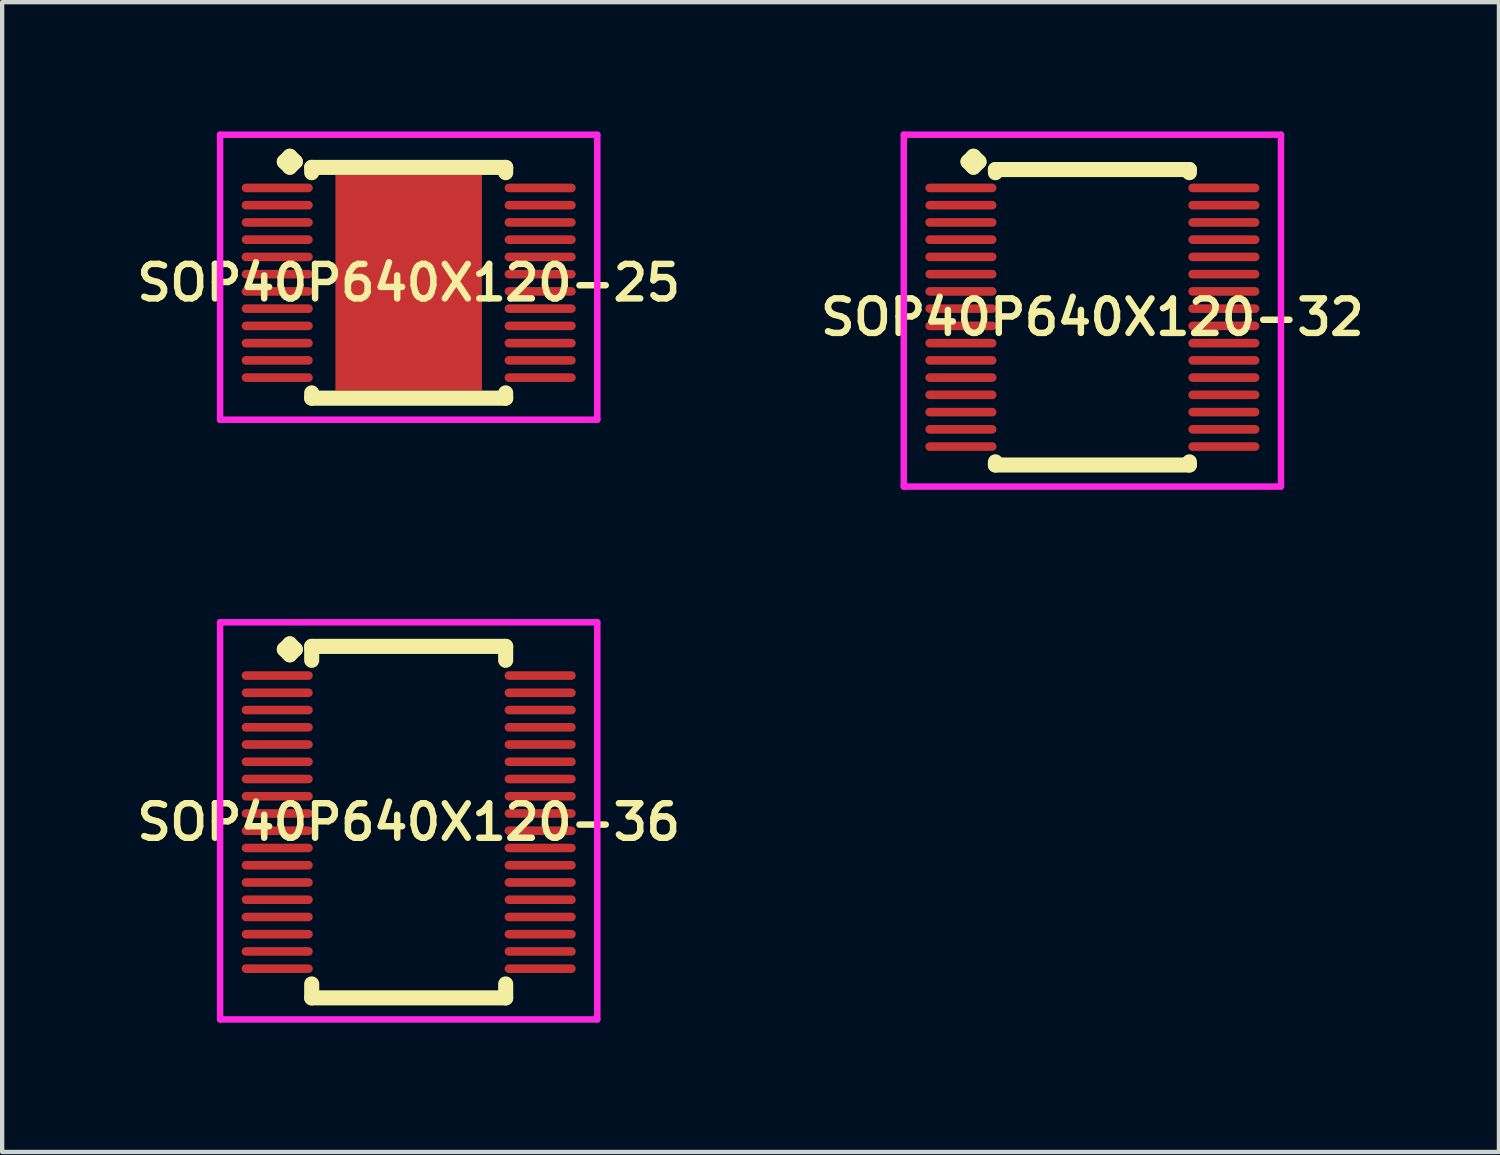
<source format=kicad_pcb>
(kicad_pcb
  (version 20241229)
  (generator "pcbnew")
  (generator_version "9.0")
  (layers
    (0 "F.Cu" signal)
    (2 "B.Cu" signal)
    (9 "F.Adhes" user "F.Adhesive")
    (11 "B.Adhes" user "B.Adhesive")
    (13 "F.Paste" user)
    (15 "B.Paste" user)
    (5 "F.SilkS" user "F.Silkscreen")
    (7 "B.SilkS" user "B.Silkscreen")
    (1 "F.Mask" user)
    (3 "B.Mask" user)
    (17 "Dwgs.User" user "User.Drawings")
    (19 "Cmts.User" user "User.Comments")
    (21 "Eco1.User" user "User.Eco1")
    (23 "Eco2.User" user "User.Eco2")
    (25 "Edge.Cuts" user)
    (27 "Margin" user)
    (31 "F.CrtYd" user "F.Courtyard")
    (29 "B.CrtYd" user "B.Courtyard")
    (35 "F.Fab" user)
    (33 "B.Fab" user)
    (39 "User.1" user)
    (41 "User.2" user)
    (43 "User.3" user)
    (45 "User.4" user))
  (footprint "SOP40P640X120-25"
    (layer "F.Cu")
    (at 6.431 3.51)
    (property "Reference" "SOP40P640X120-25" (at 0 0 0) (layer "F.SilkS") (effects (font (size 0.8 0.8) (thickness 0.15))))
    (attr smd)
    (fp_line (start -2.885 -2.808) (end -2.758 -2.935) (stroke (width 0.35) (type solid)) (layer "F.SilkS"))
    (fp_line (start -2.758 -2.935) (end -2.631 -2.808) (stroke (width 0.35) (type solid)) (layer "F.SilkS"))
    (fp_line (start -2.758 -2.681) (end -2.885 -2.808) (stroke (width 0.35) (type solid)) (layer "F.SilkS"))
    (fp_line (start -2.631 -2.808) (end -2.758 -2.681) (stroke (width 0.35) (type solid)) (layer "F.SilkS"))
    (fp_line (start -2.25 -2.677) (end 2.25 -2.677) (stroke (width 0.35) (type solid)) (layer "F.SilkS"))
    (fp_line (start -2.25 -2.554) (end -2.25 -2.677) (stroke (width 0.35) (type solid)) (layer "F.SilkS"))
    (fp_line (start -2.25 2.554) (end -2.25 2.677) (stroke (width 0.35) (type solid)) (layer "F.SilkS"))
    (fp_line (start -2.25 2.677) (end 2.25 2.677) (stroke (width 0.35) (type solid)) (layer "F.SilkS"))
    (fp_line (start 2.25 -2.677) (end 2.25 -2.554) (stroke (width 0.35) (type solid)) (layer "F.SilkS"))
    (fp_line (start 2.25 2.677) (end 2.25 2.554) (stroke (width 0.35) (type solid)) (layer "F.SilkS"))
    (fp_line (start -4.375 -3.435) (end 4.375 -3.435) (stroke (width 0.15) (type solid)) (layer "F.CrtYd"))
    (fp_line (start -4.375 3.177) (end -4.375 -3.435) (stroke (width 0.15) (type solid)) (layer "F.CrtYd"))
    (fp_line (start 4.375 -3.435) (end 4.375 3.177) (stroke (width 0.15) (type solid)) (layer "F.CrtYd"))
    (fp_line (start 4.375 3.177) (end -4.375 3.177) (stroke (width 0.15) (type solid)) (layer "F.CrtYd"))
    (pad "1" smd oval (at -3.05 -2.2) (size 1.65 0.2) (layers "F.Cu" "F.Mask" "F.Paste"))
    (pad "2" smd oval (at -3.05 -1.8) (size 1.65 0.2) (layers "F.Cu" "F.Mask" "F.Paste"))
    (pad "3" smd oval (at -3.05 -1.4) (size 1.65 0.2) (layers "F.Cu" "F.Mask" "F.Paste"))
    (pad "4" smd oval (at -3.05 -1) (size 1.65 0.2) (layers "F.Cu" "F.Mask" "F.Paste"))
    (pad "5" smd oval (at -3.05 -0.6) (size 1.65 0.2) (layers "F.Cu" "F.Mask" "F.Paste"))
    (pad "6" smd oval (at -3.05 -0.2) (size 1.65 0.2) (layers "F.Cu" "F.Mask" "F.Paste"))
    (pad "7" smd oval (at -3.05 0.2) (size 1.65 0.2) (layers "F.Cu" "F.Mask" "F.Paste"))
    (pad "8" smd oval (at -3.05 0.6) (size 1.65 0.2) (layers "F.Cu" "F.Mask" "F.Paste"))
    (pad "9" smd oval (at -3.05 1) (size 1.65 0.2) (layers "F.Cu" "F.Mask" "F.Paste"))
    (pad "10" smd oval (at -3.05 1.4) (size 1.65 0.2) (layers "F.Cu" "F.Mask" "F.Paste"))
    (pad "11" smd oval (at -3.05 1.8) (size 1.65 0.2) (layers "F.Cu" "F.Mask" "F.Paste"))
    (pad "12" smd oval (at -3.05 2.2) (size 1.65 0.2) (layers "F.Cu" "F.Mask" "F.Paste"))
    (pad "13" smd oval (at 3.05 2.2) (size 1.65 0.2) (layers "F.Cu" "F.Mask" "F.Paste"))
    (pad "14" smd oval (at 3.05 1.8) (size 1.65 0.2) (layers "F.Cu" "F.Mask" "F.Paste"))
    (pad "15" smd oval (at 3.05 1.4) (size 1.65 0.2) (layers "F.Cu" "F.Mask" "F.Paste"))
    (pad "16" smd oval (at 3.05 1) (size 1.65 0.2) (layers "F.Cu" "F.Mask" "F.Paste"))
    (pad "17" smd oval (at 3.05 0.6) (size 1.65 0.2) (layers "F.Cu" "F.Mask" "F.Paste"))
    (pad "18" smd oval (at 3.05 0.2) (size 1.65 0.2) (layers "F.Cu" "F.Mask" "F.Paste"))
    (pad "19" smd oval (at 3.05 -0.2) (size 1.65 0.2) (layers "F.Cu" "F.Mask" "F.Paste"))
    (pad "20" smd oval (at 3.05 -0.6) (size 1.65 0.2) (layers "F.Cu" "F.Mask" "F.Paste"))
    (pad "21" smd oval (at 3.05 -1) (size 1.65 0.2) (layers "F.Cu" "F.Mask" "F.Paste"))
    (pad "22" smd oval (at 3.05 -1.4) (size 1.65 0.2) (layers "F.Cu" "F.Mask" "F.Paste"))
    (pad "23" smd oval (at 3.05 -1.8) (size 1.65 0.2) (layers "F.Cu" "F.Mask" "F.Paste"))
    (pad "24" smd oval (at 3.05 -2.2) (size 1.65 0.2) (layers "F.Cu" "F.Mask" "F.Paste"))
    (pad "25" smd rect (at 0 0) (size 3.4 5) (layers "F.Cu" "F.Mask" "F.Paste")))
  (footprint "SOP40P640X120-36"
    (layer "F.Cu")
    (at 6.431 16.022)
    (property "Reference" "SOP40P640X120-36" (at 0 0 0) (layer "F.SilkS") (effects (font (size 0.8 0.8) (thickness 0.15))))
    (attr smd)
    (fp_line (start -2.885 -4.008) (end -2.758 -4.135) (stroke (width 0.35) (type solid)) (layer "F.SilkS"))
    (fp_line (start -2.758 -4.135) (end -2.631 -4.008) (stroke (width 0.35) (type solid)) (layer "F.SilkS"))
    (fp_line (start -2.758 -3.881) (end -2.885 -4.008) (stroke (width 0.35) (type solid)) (layer "F.SilkS"))
    (fp_line (start -2.631 -4.008) (end -2.758 -3.881) (stroke (width 0.35) (type solid)) (layer "F.SilkS"))
    (fp_line (start -2.25 -4.077) (end 2.25 -4.077) (stroke (width 0.35) (type solid)) (layer "F.SilkS"))
    (fp_line (start -2.25 -3.754) (end -2.25 -4.077) (stroke (width 0.35) (type solid)) (layer "F.SilkS"))
    (fp_line (start -2.25 3.754) (end -2.25 4.077) (stroke (width 0.35) (type solid)) (layer "F.SilkS"))
    (fp_line (start -2.25 4.077) (end 2.25 4.077) (stroke (width 0.35) (type solid)) (layer "F.SilkS"))
    (fp_line (start 2.25 -4.077) (end 2.25 -3.754) (stroke (width 0.35) (type solid)) (layer "F.SilkS"))
    (fp_line (start 2.25 4.077) (end 2.25 3.754) (stroke (width 0.35) (type solid)) (layer "F.SilkS"))
    (fp_line (start -4.375 -4.635) (end 4.375 -4.635) (stroke (width 0.15) (type solid)) (layer "F.CrtYd"))
    (fp_line (start -4.375 4.577) (end -4.375 -4.635) (stroke (width 0.15) (type solid)) (layer "F.CrtYd"))
    (fp_line (start 4.375 -4.635) (end 4.375 4.577) (stroke (width 0.15) (type solid)) (layer "F.CrtYd"))
    (fp_line (start 4.375 4.577) (end -4.375 4.577) (stroke (width 0.15) (type solid)) (layer "F.CrtYd"))
    (pad "1" smd oval (at -3.05 -3.4) (size 1.65 0.2) (layers "F.Cu" "F.Mask" "F.Paste"))
    (pad "2" smd oval (at -3.05 -3) (size 1.65 0.2) (layers "F.Cu" "F.Mask" "F.Paste"))
    (pad "3" smd oval (at -3.05 -2.6) (size 1.65 0.2) (layers "F.Cu" "F.Mask" "F.Paste"))
    (pad "4" smd oval (at -3.05 -2.2) (size 1.65 0.2) (layers "F.Cu" "F.Mask" "F.Paste"))
    (pad "5" smd oval (at -3.05 -1.8) (size 1.65 0.2) (layers "F.Cu" "F.Mask" "F.Paste"))
    (pad "6" smd oval (at -3.05 -1.4) (size 1.65 0.2) (layers "F.Cu" "F.Mask" "F.Paste"))
    (pad "7" smd oval (at -3.05 -1) (size 1.65 0.2) (layers "F.Cu" "F.Mask" "F.Paste"))
    (pad "8" smd oval (at -3.05 -0.6) (size 1.65 0.2) (layers "F.Cu" "F.Mask" "F.Paste"))
    (pad "9" smd oval (at -3.05 -0.2) (size 1.65 0.2) (layers "F.Cu" "F.Mask" "F.Paste"))
    (pad "10" smd oval (at -3.05 0.2) (size 1.65 0.2) (layers "F.Cu" "F.Mask" "F.Paste"))
    (pad "11" smd oval (at -3.05 0.6) (size 1.65 0.2) (layers "F.Cu" "F.Mask" "F.Paste"))
    (pad "12" smd oval (at -3.05 1) (size 1.65 0.2) (layers "F.Cu" "F.Mask" "F.Paste"))
    (pad "13" smd oval (at -3.05 1.4) (size 1.65 0.2) (layers "F.Cu" "F.Mask" "F.Paste"))
    (pad "14" smd oval (at -3.05 1.8) (size 1.65 0.2) (layers "F.Cu" "F.Mask" "F.Paste"))
    (pad "15" smd oval (at -3.05 2.2) (size 1.65 0.2) (layers "F.Cu" "F.Mask" "F.Paste"))
    (pad "16" smd oval (at -3.05 2.6) (size 1.65 0.2) (layers "F.Cu" "F.Mask" "F.Paste"))
    (pad "17" smd oval (at -3.05 3) (size 1.65 0.2) (layers "F.Cu" "F.Mask" "F.Paste"))
    (pad "18" smd oval (at -3.05 3.4) (size 1.65 0.2) (layers "F.Cu" "F.Mask" "F.Paste"))
    (pad "19" smd oval (at 3.05 3.4) (size 1.65 0.2) (layers "F.Cu" "F.Mask" "F.Paste"))
    (pad "20" smd oval (at 3.05 3) (size 1.65 0.2) (layers "F.Cu" "F.Mask" "F.Paste"))
    (pad "21" smd oval (at 3.05 2.6) (size 1.65 0.2) (layers "F.Cu" "F.Mask" "F.Paste"))
    (pad "22" smd oval (at 3.05 2.2) (size 1.65 0.2) (layers "F.Cu" "F.Mask" "F.Paste"))
    (pad "23" smd oval (at 3.05 1.8) (size 1.65 0.2) (layers "F.Cu" "F.Mask" "F.Paste"))
    (pad "24" smd oval (at 3.05 1.4) (size 1.65 0.2) (layers "F.Cu" "F.Mask" "F.Paste"))
    (pad "25" smd oval (at 3.05 1) (size 1.65 0.2) (layers "F.Cu" "F.Mask" "F.Paste"))
    (pad "26" smd oval (at 3.05 0.6) (size 1.65 0.2) (layers "F.Cu" "F.Mask" "F.Paste"))
    (pad "27" smd oval (at 3.05 0.2) (size 1.65 0.2) (layers "F.Cu" "F.Mask" "F.Paste"))
    (pad "28" smd oval (at 3.05 -0.2) (size 1.65 0.2) (layers "F.Cu" "F.Mask" "F.Paste"))
    (pad "29" smd oval (at 3.05 -0.6) (size 1.65 0.2) (layers "F.Cu" "F.Mask" "F.Paste"))
    (pad "30" smd oval (at 3.05 -1) (size 1.65 0.2) (layers "F.Cu" "F.Mask" "F.Paste"))
    (pad "31" smd oval (at 3.05 -1.4) (size 1.65 0.2) (layers "F.Cu" "F.Mask" "F.Paste"))
    (pad "32" smd oval (at 3.05 -1.8) (size 1.65 0.2) (layers "F.Cu" "F.Mask" "F.Paste"))
    (pad "33" smd oval (at 3.05 -2.2) (size 1.65 0.2) (layers "F.Cu" "F.Mask" "F.Paste"))
    (pad "34" smd oval (at 3.05 -2.6) (size 1.65 0.2) (layers "F.Cu" "F.Mask" "F.Paste"))
    (pad "35" smd oval (at 3.05 -3) (size 1.65 0.2) (layers "F.Cu" "F.Mask" "F.Paste"))
    (pad "36" smd oval (at 3.05 -3.4) (size 1.65 0.2) (layers "F.Cu" "F.Mask" "F.Paste")))
  (footprint "SOP40P640X120-32"
    (layer "F.Cu")
    (at 22.292 4.31)
    (property "Reference" "SOP40P640X120-32" (at 0 0 0) (layer "F.SilkS") (effects (font (size 0.8 0.8) (thickness 0.15))))
    (attr smd)
    (fp_line (start -2.885 -3.608) (end -2.758 -3.735) (stroke (width 0.35) (type solid)) (layer "F.SilkS"))
    (fp_line (start -2.758 -3.735) (end -2.631 -3.608) (stroke (width 0.35) (type solid)) (layer "F.SilkS"))
    (fp_line (start -2.758 -3.481) (end -2.885 -3.608) (stroke (width 0.35) (type solid)) (layer "F.SilkS"))
    (fp_line (start -2.631 -3.608) (end -2.758 -3.481) (stroke (width 0.35) (type solid)) (layer "F.SilkS"))
    (fp_line (start -2.25 -3.427) (end 2.25 -3.427) (stroke (width 0.35) (type solid)) (layer "F.SilkS"))
    (fp_line (start -2.25 -3.354) (end -2.25 -3.427) (stroke (width 0.35) (type solid)) (layer "F.SilkS"))
    (fp_line (start -2.25 3.354) (end -2.25 3.427) (stroke (width 0.35) (type solid)) (layer "F.SilkS"))
    (fp_line (start -2.25 3.427) (end 2.25 3.427) (stroke (width 0.35) (type solid)) (layer "F.SilkS"))
    (fp_line (start 2.25 -3.427) (end 2.25 -3.354) (stroke (width 0.35) (type solid)) (layer "F.SilkS"))
    (fp_line (start 2.25 3.427) (end 2.25 3.354) (stroke (width 0.35) (type solid)) (layer "F.SilkS"))
    (fp_line (start -4.375 -4.235) (end 4.375 -4.235) (stroke (width 0.15) (type solid)) (layer "F.CrtYd"))
    (fp_line (start -4.375 3.927) (end -4.375 -4.235) (stroke (width 0.15) (type solid)) (layer "F.CrtYd"))
    (fp_line (start 4.375 -4.235) (end 4.375 3.927) (stroke (width 0.15) (type solid)) (layer "F.CrtYd"))
    (fp_line (start 4.375 3.927) (end -4.375 3.927) (stroke (width 0.15) (type solid)) (layer "F.CrtYd"))
    (pad "1" smd oval (at -3.05 -3) (size 1.65 0.2) (layers "F.Cu" "F.Mask" "F.Paste"))
    (pad "2" smd oval (at -3.05 -2.6) (size 1.65 0.2) (layers "F.Cu" "F.Mask" "F.Paste"))
    (pad "3" smd oval (at -3.05 -2.2) (size 1.65 0.2) (layers "F.Cu" "F.Mask" "F.Paste"))
    (pad "4" smd oval (at -3.05 -1.8) (size 1.65 0.2) (layers "F.Cu" "F.Mask" "F.Paste"))
    (pad "5" smd oval (at -3.05 -1.4) (size 1.65 0.2) (layers "F.Cu" "F.Mask" "F.Paste"))
    (pad "6" smd oval (at -3.05 -1) (size 1.65 0.2) (layers "F.Cu" "F.Mask" "F.Paste"))
    (pad "7" smd oval (at -3.05 -0.6) (size 1.65 0.2) (layers "F.Cu" "F.Mask" "F.Paste"))
    (pad "8" smd oval (at -3.05 -0.2) (size 1.65 0.2) (layers "F.Cu" "F.Mask" "F.Paste"))
    (pad "9" smd oval (at -3.05 0.2) (size 1.65 0.2) (layers "F.Cu" "F.Mask" "F.Paste"))
    (pad "10" smd oval (at -3.05 0.6) (size 1.65 0.2) (layers "F.Cu" "F.Mask" "F.Paste"))
    (pad "11" smd oval (at -3.05 1) (size 1.65 0.2) (layers "F.Cu" "F.Mask" "F.Paste"))
    (pad "12" smd oval (at -3.05 1.4) (size 1.65 0.2) (layers "F.Cu" "F.Mask" "F.Paste"))
    (pad "13" smd oval (at -3.05 1.8) (size 1.65 0.2) (layers "F.Cu" "F.Mask" "F.Paste"))
    (pad "14" smd oval (at -3.05 2.2) (size 1.65 0.2) (layers "F.Cu" "F.Mask" "F.Paste"))
    (pad "15" smd oval (at -3.05 2.6) (size 1.65 0.2) (layers "F.Cu" "F.Mask" "F.Paste"))
    (pad "16" smd oval (at -3.05 3) (size 1.65 0.2) (layers "F.Cu" "F.Mask" "F.Paste"))
    (pad "17" smd oval (at 3.05 3) (size 1.65 0.2) (layers "F.Cu" "F.Mask" "F.Paste"))
    (pad "18" smd oval (at 3.05 2.6) (size 1.65 0.2) (layers "F.Cu" "F.Mask" "F.Paste"))
    (pad "19" smd oval (at 3.05 2.2) (size 1.65 0.2) (layers "F.Cu" "F.Mask" "F.Paste"))
    (pad "20" smd oval (at 3.05 1.8) (size 1.65 0.2) (layers "F.Cu" "F.Mask" "F.Paste"))
    (pad "21" smd oval (at 3.05 1.4) (size 1.65 0.2) (layers "F.Cu" "F.Mask" "F.Paste"))
    (pad "22" smd oval (at 3.05 1) (size 1.65 0.2) (layers "F.Cu" "F.Mask" "F.Paste"))
    (pad "23" smd oval (at 3.05 0.6) (size 1.65 0.2) (layers "F.Cu" "F.Mask" "F.Paste"))
    (pad "24" smd oval (at 3.05 0.2) (size 1.65 0.2) (layers "F.Cu" "F.Mask" "F.Paste"))
    (pad "25" smd oval (at 3.05 -0.2) (size 1.65 0.2) (layers "F.Cu" "F.Mask" "F.Paste"))
    (pad "26" smd oval (at 3.05 -0.6) (size 1.65 0.2) (layers "F.Cu" "F.Mask" "F.Paste"))
    (pad "27" smd oval (at 3.05 -1) (size 1.65 0.2) (layers "F.Cu" "F.Mask" "F.Paste"))
    (pad "28" smd oval (at 3.05 -1.4) (size 1.65 0.2) (layers "F.Cu" "F.Mask" "F.Paste"))
    (pad "29" smd oval (at 3.05 -1.8) (size 1.65 0.2) (layers "F.Cu" "F.Mask" "F.Paste"))
    (pad "30" smd oval (at 3.05 -2.2) (size 1.65 0.2) (layers "F.Cu" "F.Mask" "F.Paste"))
    (pad "31" smd oval (at 3.05 -2.6) (size 1.65 0.2) (layers "F.Cu" "F.Mask" "F.Paste"))
    (pad "32" smd oval (at 3.05 -3) (size 1.65 0.2) (layers "F.Cu" "F.Mask" "F.Paste")))
  (gr_rect
    (start -3 -3)
    (end 31.723 23.674)
    (stroke (width 0.1) (type default))
    (fill no)
    (layer "Edge.Cuts")))
</source>
